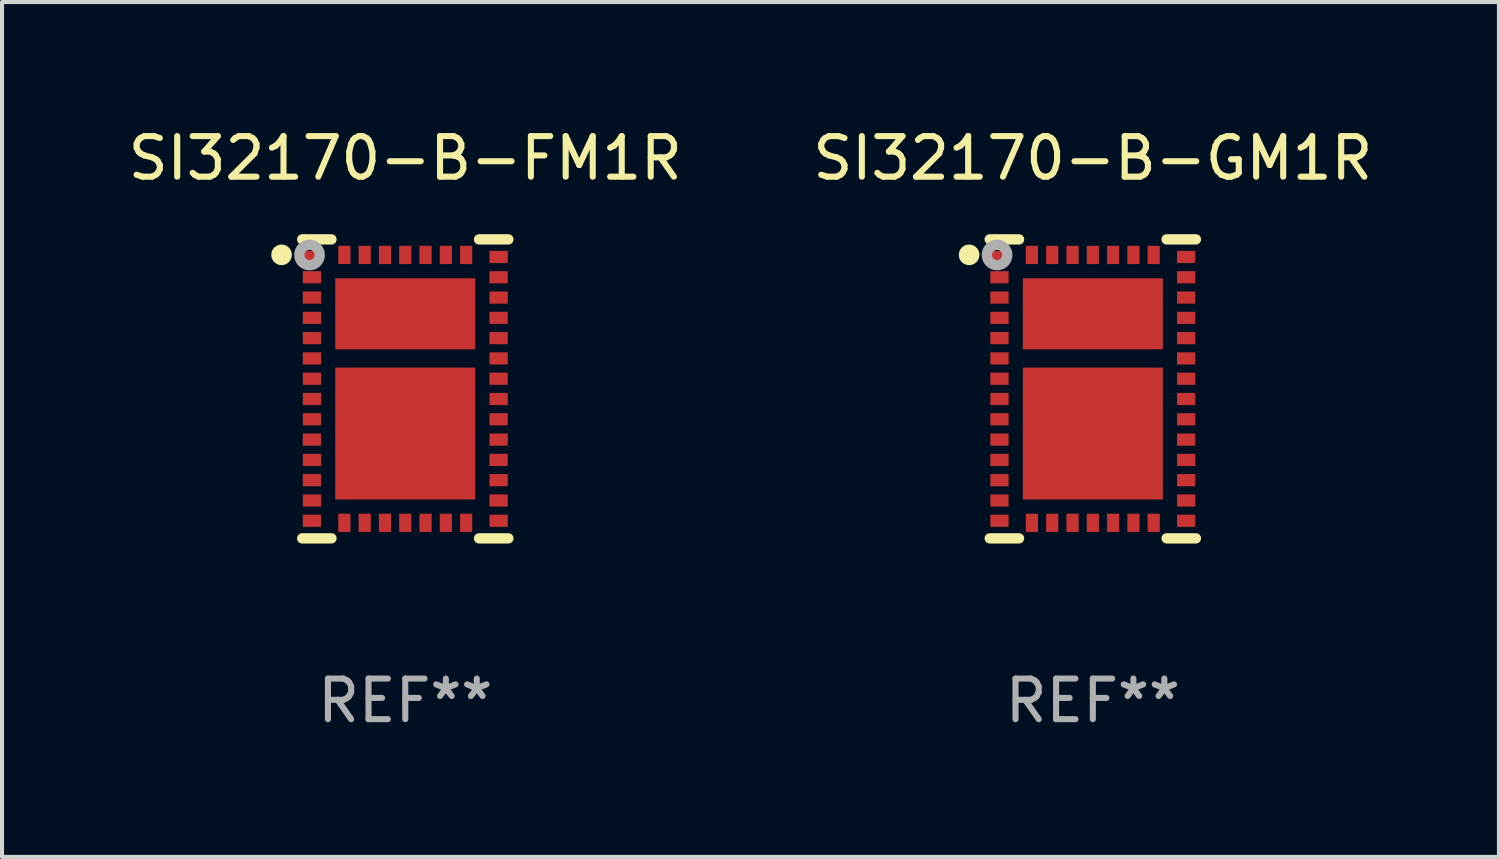
<source format=kicad_pcb>
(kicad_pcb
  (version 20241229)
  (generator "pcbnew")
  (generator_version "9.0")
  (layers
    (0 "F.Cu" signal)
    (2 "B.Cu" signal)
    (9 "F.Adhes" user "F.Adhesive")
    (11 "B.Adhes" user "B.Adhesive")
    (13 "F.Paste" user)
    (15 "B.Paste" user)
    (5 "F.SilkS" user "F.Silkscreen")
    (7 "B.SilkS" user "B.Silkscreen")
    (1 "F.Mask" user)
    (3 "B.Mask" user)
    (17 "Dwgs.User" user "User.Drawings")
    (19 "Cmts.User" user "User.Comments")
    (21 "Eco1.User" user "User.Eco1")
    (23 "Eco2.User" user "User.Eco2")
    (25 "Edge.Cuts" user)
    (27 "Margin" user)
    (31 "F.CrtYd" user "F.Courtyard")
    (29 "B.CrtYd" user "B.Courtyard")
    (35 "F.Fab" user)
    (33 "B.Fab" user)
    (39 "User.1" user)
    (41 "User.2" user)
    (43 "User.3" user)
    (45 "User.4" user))
  (footprint "SI32170-B-GM1R"
    (layer "F.Cu")
    (at 23.875 6.531)
    (property "Reference" "SI32170-B-GM1R" (at 0 -5.683 0) (layer "F.SilkS") (effects (font (size 1 1) (thickness 0.15))))
    (attr through_hole)
    (fp_line (start -1.818 -3.683) (end -2.54 -3.683) (stroke (width 0.254) (type solid)) (layer "F.SilkS"))
    (fp_line (start -1.818 3.683) (end -2.54 3.683) (stroke (width 0.254) (type solid)) (layer "F.SilkS"))
    (fp_line (start 1.818 -3.683) (end 2.54 -3.683) (stroke (width 0.254) (type solid)) (layer "F.SilkS"))
    (fp_line (start 1.818 3.683) (end 2.54 3.683) (stroke (width 0.254) (type solid)) (layer "F.SilkS"))
    (fp_circle (center -3.048 -3.302) (end -2.921 -3.302) (stroke (width 0.254) (type solid)) (fill no) (layer "F.SilkS"))
    (fp_circle (center -2.5 -3.5) (end -2.47 -3.5) (stroke (width 0.06) (type solid)) (fill no) (layer "F.SilkS"))
    (fp_circle (center -2.359 -3.299) (end -2.234 -3.299) (stroke (width 0.254) (type solid)) (fill no) (layer "F.Fab"))
    (fp_text user "REF**" (at 0 7.683 0) (layer "F.Fab") (effects (font (size 1 1) (thickness 0.15))))
    (pad "1" smd rect (at -2.3 -3.25) (size 0.45 0.3) (layers "F.Cu" "F.Mask" "F.Paste"))
    (pad "2" smd rect (at -2.3 -2.75) (size 0.45 0.3) (layers "F.Cu" "F.Mask" "F.Paste"))
    (pad "3" smd rect (at -2.3 -2.25) (size 0.45 0.3) (layers "F.Cu" "F.Mask" "F.Paste"))
    (pad "4" smd rect (at -2.3 -1.75) (size 0.45 0.3) (layers "F.Cu" "F.Mask" "F.Paste"))
    (pad "5" smd rect (at -2.3 -1.25) (size 0.45 0.3) (layers "F.Cu" "F.Mask" "F.Paste"))
    (pad "6" smd rect (at -2.3 -0.75) (size 0.45 0.3) (layers "F.Cu" "F.Mask" "F.Paste"))
    (pad "7" smd rect (at -2.3 -0.25) (size 0.45 0.3) (layers "F.Cu" "F.Mask" "F.Paste"))
    (pad "8" smd rect (at -2.3 0.25) (size 0.45 0.3) (layers "F.Cu" "F.Mask" "F.Paste"))
    (pad "9" smd rect (at -2.3 0.75) (size 0.45 0.3) (layers "F.Cu" "F.Mask" "F.Paste"))
    (pad "10" smd rect (at -2.3 1.25) (size 0.45 0.3) (layers "F.Cu" "F.Mask" "F.Paste"))
    (pad "11" smd rect (at -2.3 1.75) (size 0.45 0.3) (layers "F.Cu" "F.Mask" "F.Paste"))
    (pad "12" smd rect (at -2.3 2.25) (size 0.45 0.3) (layers "F.Cu" "F.Mask" "F.Paste"))
    (pad "13" smd rect (at -2.3 2.75) (size 0.45 0.3) (layers "F.Cu" "F.Mask" "F.Paste"))
    (pad "14" smd rect (at -2.3 3.25) (size 0.45 0.3) (layers "F.Cu" "F.Mask" "F.Paste"))
    (pad "15" smd rect (at -1.5 3.3 90) (size 0.45 0.3) (layers "F.Cu" "F.Mask" "F.Paste"))
    (pad "16" smd rect (at -1 3.3 90) (size 0.45 0.3) (layers "F.Cu" "F.Mask" "F.Paste"))
    (pad "17" smd rect (at -0.5 3.3 90) (size 0.45 0.3) (layers "F.Cu" "F.Mask" "F.Paste"))
    (pad "18" smd rect (at 0 3.3 90) (size 0.45 0.3) (layers "F.Cu" "F.Mask" "F.Paste"))
    (pad "19" smd rect (at 0.5 3.3 90) (size 0.45 0.3) (layers "F.Cu" "F.Mask" "F.Paste"))
    (pad "20" smd rect (at 1 3.3 90) (size 0.45 0.3) (layers "F.Cu" "F.Mask" "F.Paste"))
    (pad "21" smd rect (at 1.5 3.3 90) (size 0.45 0.3) (layers "F.Cu" "F.Mask" "F.Paste"))
    (pad "22" smd rect (at 2.3 3.25 180) (size 0.45 0.3) (layers "F.Cu" "F.Mask" "F.Paste"))
    (pad "23" smd rect (at 2.3 2.75 180) (size 0.45 0.3) (layers "F.Cu" "F.Mask" "F.Paste"))
    (pad "24" smd rect (at 2.3 2.25 180) (size 0.45 0.3) (layers "F.Cu" "F.Mask" "F.Paste"))
    (pad "25" smd rect (at 2.3 1.75 180) (size 0.45 0.3) (layers "F.Cu" "F.Mask" "F.Paste"))
    (pad "26" smd rect (at 2.3 1.25 180) (size 0.45 0.3) (layers "F.Cu" "F.Mask" "F.Paste"))
    (pad "27" smd rect (at 2.3 0.75 180) (size 0.45 0.3) (layers "F.Cu" "F.Mask" "F.Paste"))
    (pad "28" smd rect (at 2.3 0.25 180) (size 0.45 0.3) (layers "F.Cu" "F.Mask" "F.Paste"))
    (pad "29" smd rect (at 2.3 -0.25 180) (size 0.45 0.3) (layers "F.Cu" "F.Mask" "F.Paste"))
    (pad "30" smd rect (at 2.3 -0.75 180) (size 0.45 0.3) (layers "F.Cu" "F.Mask" "F.Paste"))
    (pad "31" smd rect (at 2.3 -1.25 180) (size 0.45 0.3) (layers "F.Cu" "F.Mask" "F.Paste"))
    (pad "32" smd rect (at 2.3 -1.75 180) (size 0.45 0.3) (layers "F.Cu" "F.Mask" "F.Paste"))
    (pad "33" smd rect (at 2.3 -2.25 180) (size 0.45 0.3) (layers "F.Cu" "F.Mask" "F.Paste"))
    (pad "34" smd rect (at 2.3 -2.75 180) (size 0.45 0.3) (layers "F.Cu" "F.Mask" "F.Paste"))
    (pad "35" smd rect (at 2.3 -3.25 180) (size 0.45 0.3) (layers "F.Cu" "F.Mask" "F.Paste"))
    (pad "36" smd rect (at 1.5 -3.3 270) (size 0.45 0.3) (layers "F.Cu" "F.Mask" "F.Paste"))
    (pad "37" smd rect (at 1 -3.3 270) (size 0.45 0.3) (layers "F.Cu" "F.Mask" "F.Paste"))
    (pad "38" smd rect (at 0.5 -3.3 270) (size 0.45 0.3) (layers "F.Cu" "F.Mask" "F.Paste"))
    (pad "39" smd rect (at 0 -3.3 270) (size 0.45 0.3) (layers "F.Cu" "F.Mask" "F.Paste"))
    (pad "40" smd rect (at -0.5 -3.3 270) (size 0.45 0.3) (layers "F.Cu" "F.Mask" "F.Paste"))
    (pad "41" smd rect (at -1 -3.3 270) (size 0.45 0.3) (layers "F.Cu" "F.Mask" "F.Paste"))
    (pad "42" smd rect (at -1.5 -3.3 270) (size 0.45 0.3) (layers "F.Cu" "F.Mask" "F.Paste"))
    (pad "43" smd rect (at 0 1.1 270) (size 3.25 3.45) (layers "F.Cu" "F.Mask" "F.Paste"))
    (pad "44" smd rect (at 0 -1.85 270) (size 1.75 3.45) (layers "F.Cu" "F.Mask" "F.Paste")))
  (footprint "SI32170-B-FM1R"
    (layer "F.Cu")
    (at 6.935 6.531)
    (property "Reference" "SI32170-B-FM1R" (at 0 -5.683 0) (layer "F.SilkS") (effects (font (size 1 1) (thickness 0.15))))
    (attr through_hole)
    (fp_line (start -1.818 -3.683) (end -2.54 -3.683) (stroke (width 0.254) (type solid)) (layer "F.SilkS"))
    (fp_line (start -1.818 3.683) (end -2.54 3.683) (stroke (width 0.254) (type solid)) (layer "F.SilkS"))
    (fp_line (start 1.818 -3.683) (end 2.54 -3.683) (stroke (width 0.254) (type solid)) (layer "F.SilkS"))
    (fp_line (start 1.818 3.683) (end 2.54 3.683) (stroke (width 0.254) (type solid)) (layer "F.SilkS"))
    (fp_circle (center -3.048 -3.302) (end -2.921 -3.302) (stroke (width 0.254) (type solid)) (fill no) (layer "F.SilkS"))
    (fp_circle (center -2.5 -3.5) (end -2.47 -3.5) (stroke (width 0.06) (type solid)) (fill no) (layer "F.SilkS"))
    (fp_circle (center -2.359 -3.299) (end -2.234 -3.299) (stroke (width 0.254) (type solid)) (fill no) (layer "F.Fab"))
    (fp_text user "REF**" (at 0 7.683 0) (layer "F.Fab") (effects (font (size 1 1) (thickness 0.15))))
    (pad "1" smd rect (at -2.3 -3.25) (size 0.45 0.3) (layers "F.Cu" "F.Mask" "F.Paste"))
    (pad "2" smd rect (at -2.3 -2.75) (size 0.45 0.3) (layers "F.Cu" "F.Mask" "F.Paste"))
    (pad "3" smd rect (at -2.3 -2.25) (size 0.45 0.3) (layers "F.Cu" "F.Mask" "F.Paste"))
    (pad "4" smd rect (at -2.3 -1.75) (size 0.45 0.3) (layers "F.Cu" "F.Mask" "F.Paste"))
    (pad "5" smd rect (at -2.3 -1.25) (size 0.45 0.3) (layers "F.Cu" "F.Mask" "F.Paste"))
    (pad "6" smd rect (at -2.3 -0.75) (size 0.45 0.3) (layers "F.Cu" "F.Mask" "F.Paste"))
    (pad "7" smd rect (at -2.3 -0.25) (size 0.45 0.3) (layers "F.Cu" "F.Mask" "F.Paste"))
    (pad "8" smd rect (at -2.3 0.25) (size 0.45 0.3) (layers "F.Cu" "F.Mask" "F.Paste"))
    (pad "9" smd rect (at -2.3 0.75) (size 0.45 0.3) (layers "F.Cu" "F.Mask" "F.Paste"))
    (pad "10" smd rect (at -2.3 1.25) (size 0.45 0.3) (layers "F.Cu" "F.Mask" "F.Paste"))
    (pad "11" smd rect (at -2.3 1.75) (size 0.45 0.3) (layers "F.Cu" "F.Mask" "F.Paste"))
    (pad "12" smd rect (at -2.3 2.25) (size 0.45 0.3) (layers "F.Cu" "F.Mask" "F.Paste"))
    (pad "13" smd rect (at -2.3 2.75) (size 0.45 0.3) (layers "F.Cu" "F.Mask" "F.Paste"))
    (pad "14" smd rect (at -2.3 3.25) (size 0.45 0.3) (layers "F.Cu" "F.Mask" "F.Paste"))
    (pad "15" smd rect (at -1.5 3.3 90) (size 0.45 0.3) (layers "F.Cu" "F.Mask" "F.Paste"))
    (pad "16" smd rect (at -1 3.3 90) (size 0.45 0.3) (layers "F.Cu" "F.Mask" "F.Paste"))
    (pad "17" smd rect (at -0.5 3.3 90) (size 0.45 0.3) (layers "F.Cu" "F.Mask" "F.Paste"))
    (pad "18" smd rect (at 0 3.3 90) (size 0.45 0.3) (layers "F.Cu" "F.Mask" "F.Paste"))
    (pad "19" smd rect (at 0.5 3.3 90) (size 0.45 0.3) (layers "F.Cu" "F.Mask" "F.Paste"))
    (pad "20" smd rect (at 1 3.3 90) (size 0.45 0.3) (layers "F.Cu" "F.Mask" "F.Paste"))
    (pad "21" smd rect (at 1.5 3.3 90) (size 0.45 0.3) (layers "F.Cu" "F.Mask" "F.Paste"))
    (pad "22" smd rect (at 2.3 3.25 180) (size 0.45 0.3) (layers "F.Cu" "F.Mask" "F.Paste"))
    (pad "23" smd rect (at 2.3 2.75 180) (size 0.45 0.3) (layers "F.Cu" "F.Mask" "F.Paste"))
    (pad "24" smd rect (at 2.3 2.25 180) (size 0.45 0.3) (layers "F.Cu" "F.Mask" "F.Paste"))
    (pad "25" smd rect (at 2.3 1.75 180) (size 0.45 0.3) (layers "F.Cu" "F.Mask" "F.Paste"))
    (pad "26" smd rect (at 2.3 1.25 180) (size 0.45 0.3) (layers "F.Cu" "F.Mask" "F.Paste"))
    (pad "27" smd rect (at 2.3 0.75 180) (size 0.45 0.3) (layers "F.Cu" "F.Mask" "F.Paste"))
    (pad "28" smd rect (at 2.3 0.25 180) (size 0.45 0.3) (layers "F.Cu" "F.Mask" "F.Paste"))
    (pad "29" smd rect (at 2.3 -0.25 180) (size 0.45 0.3) (layers "F.Cu" "F.Mask" "F.Paste"))
    (pad "30" smd rect (at 2.3 -0.75 180) (size 0.45 0.3) (layers "F.Cu" "F.Mask" "F.Paste"))
    (pad "31" smd rect (at 2.3 -1.25 180) (size 0.45 0.3) (layers "F.Cu" "F.Mask" "F.Paste"))
    (pad "32" smd rect (at 2.3 -1.75 180) (size 0.45 0.3) (layers "F.Cu" "F.Mask" "F.Paste"))
    (pad "33" smd rect (at 2.3 -2.25 180) (size 0.45 0.3) (layers "F.Cu" "F.Mask" "F.Paste"))
    (pad "34" smd rect (at 2.3 -2.75 180) (size 0.45 0.3) (layers "F.Cu" "F.Mask" "F.Paste"))
    (pad "35" smd rect (at 2.3 -3.25 180) (size 0.45 0.3) (layers "F.Cu" "F.Mask" "F.Paste"))
    (pad "36" smd rect (at 1.5 -3.3 270) (size 0.45 0.3) (layers "F.Cu" "F.Mask" "F.Paste"))
    (pad "37" smd rect (at 1 -3.3 270) (size 0.45 0.3) (layers "F.Cu" "F.Mask" "F.Paste"))
    (pad "38" smd rect (at 0.5 -3.3 270) (size 0.45 0.3) (layers "F.Cu" "F.Mask" "F.Paste"))
    (pad "39" smd rect (at 0 -3.3 270) (size 0.45 0.3) (layers "F.Cu" "F.Mask" "F.Paste"))
    (pad "40" smd rect (at -0.5 -3.3 270) (size 0.45 0.3) (layers "F.Cu" "F.Mask" "F.Paste"))
    (pad "41" smd rect (at -1 -3.3 270) (size 0.45 0.3) (layers "F.Cu" "F.Mask" "F.Paste"))
    (pad "42" smd rect (at -1.5 -3.3 270) (size 0.45 0.3) (layers "F.Cu" "F.Mask" "F.Paste"))
    (pad "43" smd rect (at 0 1.1 270) (size 3.25 3.45) (layers "F.Cu" "F.Mask" "F.Paste"))
    (pad "44" smd rect (at 0 -1.85 270) (size 1.75 3.45) (layers "F.Cu" "F.Mask" "F.Paste")))
  (gr_rect
    (start -3 -3)
    (end 33.881 18.063)
    (stroke (width 0.1) (type default))
    (fill no)
    (layer "Edge.Cuts")))
</source>
